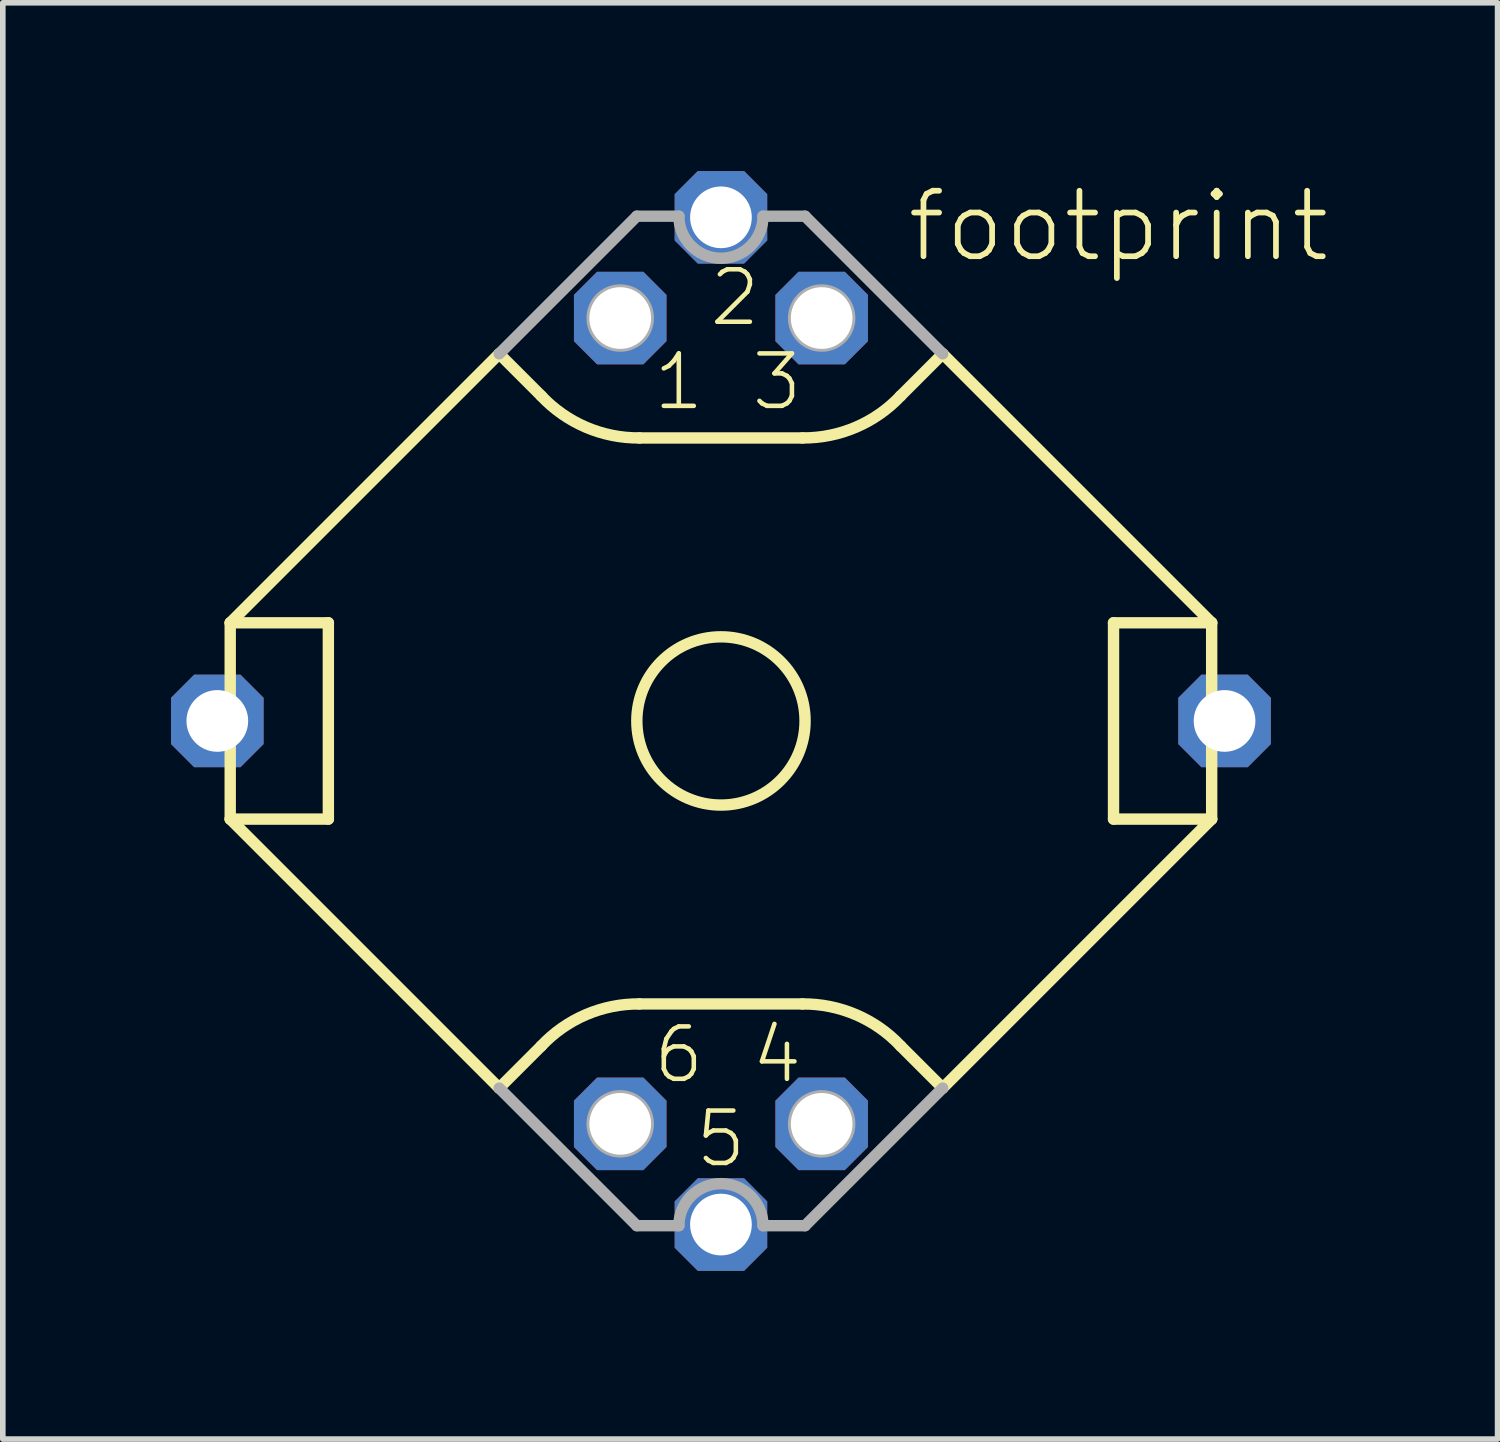
<source format=kicad_pcb>
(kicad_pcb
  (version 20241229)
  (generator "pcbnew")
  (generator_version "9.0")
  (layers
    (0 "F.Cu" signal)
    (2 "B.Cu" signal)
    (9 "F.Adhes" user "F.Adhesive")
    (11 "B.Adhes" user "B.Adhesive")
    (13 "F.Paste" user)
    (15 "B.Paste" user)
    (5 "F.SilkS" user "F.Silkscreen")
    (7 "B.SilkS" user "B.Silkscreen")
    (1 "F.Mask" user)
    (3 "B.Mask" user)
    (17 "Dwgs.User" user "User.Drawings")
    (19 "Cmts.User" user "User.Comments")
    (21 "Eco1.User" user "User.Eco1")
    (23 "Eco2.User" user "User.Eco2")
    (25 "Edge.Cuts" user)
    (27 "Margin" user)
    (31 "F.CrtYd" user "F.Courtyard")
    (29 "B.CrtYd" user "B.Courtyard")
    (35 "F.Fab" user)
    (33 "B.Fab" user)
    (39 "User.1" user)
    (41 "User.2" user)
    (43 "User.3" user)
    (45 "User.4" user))
  (footprint "footprint"
    (layer "F.Cu")
    (at 9.805 9.805)
    (property "Reference" "footprint" (at 3.266 -8.138 0) (layer "F.SilkS") (effects (font (size 1.168 1.168) (thickness 0.102)) (justify left bottom)))
    (fp_line (start -8.75 -1.75) (end -8.75 1.75) (stroke (width 0.203) (type solid)) (layer "F.SilkS"))
    (fp_line (start -8.75 -1.75) (end -7 -1.75) (stroke (width 0.203) (type solid)) (layer "F.SilkS"))
    (fp_line (start -8.75 -1.75) (end -3.954 -6.546) (stroke (width 0.203) (type solid)) (layer "F.SilkS"))
    (fp_line (start -8.75 1.75) (end -3.954 6.546) (stroke (width 0.203) (type solid)) (layer "F.SilkS"))
    (fp_line (start -7 -1.75) (end -7 1.75) (stroke (width 0.203) (type solid)) (layer "F.SilkS"))
    (fp_line (start -7 1.75) (end -8.75 1.75) (stroke (width 0.203) (type solid)) (layer "F.SilkS"))
    (fp_line (start -3.204 -5.796) (end -3.954 -6.546) (stroke (width 0.203) (type solid)) (layer "F.SilkS"))
    (fp_line (start -3.204 5.796) (end -3.954 6.546) (stroke (width 0.203) (type solid)) (layer "F.SilkS"))
    (fp_line (start -1.454 -5.046) (end 1.454 -5.046) (stroke (width 0.203) (type solid)) (layer "F.SilkS"))
    (fp_line (start 1.454 5.046) (end -1.454 5.046) (stroke (width 0.203) (type solid)) (layer "F.SilkS"))
    (fp_line (start 3.204 -5.796) (end 3.954 -6.546) (stroke (width 0.203) (type solid)) (layer "F.SilkS"))
    (fp_line (start 3.204 5.796) (end 3.954 6.546) (stroke (width 0.203) (type solid)) (layer "F.SilkS"))
    (fp_line (start 7 -1.75) (end 8.75 -1.75) (stroke (width 0.203) (type solid)) (layer "F.SilkS"))
    (fp_line (start 7 1.75) (end 7 -1.75) (stroke (width 0.203) (type solid)) (layer "F.SilkS"))
    (fp_line (start 8.75 -1.75) (end 3.954 -6.546) (stroke (width 0.203) (type solid)) (layer "F.SilkS"))
    (fp_line (start 8.75 1.75) (end 3.954 6.546) (stroke (width 0.203) (type solid)) (layer "F.SilkS"))
    (fp_line (start 8.75 1.75) (end 7 1.75) (stroke (width 0.203) (type solid)) (layer "F.SilkS"))
    (fp_line (start 8.75 1.75) (end 8.75 -1.75) (stroke (width 0.203) (type solid)) (layer "F.SilkS"))
    (fp_arc (start -3.204 5.796) (mid -2.407405 5.237903) (end -1.453901 5.045899) (stroke (width 0.2032) (type solid)) (layer "F.SilkS"))
    (fp_arc (start -1.454001 -5.046) (mid -2.407496 -5.237949) (end -3.2041 -5.796) (stroke (width 0.2032) (type solid)) (layer "F.SilkS"))
    (fp_arc (start 1.454 5.046) (mid 2.407496 5.237949) (end 3.204099 5.796) (stroke (width 0.2032) (type solid)) (layer "F.SilkS"))
    (fp_arc (start 3.204 -5.7961) (mid 2.407454 -5.238015) (end 1.454 -5.046) (stroke (width 0.2032) (type solid)) (layer "F.SilkS"))
    (fp_circle (center 0 0) (end 1.5 0) (stroke (width 0.203) (type solid)) (fill no) (layer "F.SilkS"))
    (fp_line (start -3.954 -6.546) (end -1.5 -9) (stroke (width 0.203) (type solid)) (layer "F.Fab"))
    (fp_line (start -3.954 6.546) (end -1.5 9) (stroke (width 0.203) (type solid)) (layer "F.Fab"))
    (fp_line (start -1.5 -9) (end -0.75 -9) (stroke (width 0.203) (type solid)) (layer "F.Fab"))
    (fp_line (start -1.5 9) (end -0.75 9) (stroke (width 0.203) (type solid)) (layer "F.Fab"))
    (fp_line (start 1.5 -9) (end 0.75 -9) (stroke (width 0.203) (type solid)) (layer "F.Fab"))
    (fp_line (start 1.5 9) (end 0.75 9) (stroke (width 0.203) (type solid)) (layer "F.Fab"))
    (fp_line (start 3.954 -6.546) (end 1.5 -9) (stroke (width 0.203) (type solid)) (layer "F.Fab"))
    (fp_line (start 3.954 6.546) (end 1.5 9) (stroke (width 0.203) (type solid)) (layer "F.Fab"))
    (fp_arc (start -0.75 9) (mid 0 8.25) (end 0.75 9) (stroke (width 0.2032) (type solid)) (layer "F.Fab"))
    (fp_arc (start 0.75 -9) (mid 0 -8.25) (end -0.75 -9) (stroke (width 0.2032) (type solid)) (layer "F.Fab"))
    (fp_circle (center -1.796 -7.184) (end -1.296 -7.184) (stroke (width 0.203) (type solid)) (fill no) (layer "F.Fab"))
    (fp_circle (center -1.796 7.184) (end -1.296 7.184) (stroke (width 0.203) (type solid)) (fill no) (layer "F.Fab"))
    (fp_circle (center 1.796 -7.184) (end 2.296 -7.184) (stroke (width 0.203) (type solid)) (fill no) (layer "F.Fab"))
    (fp_circle (center 1.796 7.184) (end 2.296 7.184) (stroke (width 0.203) (type solid)) (fill no) (layer "F.Fab"))
    (fp_text user "2" (at -0.25 -7 0) (layer "F.SilkS") (effects (font (size 0.935 0.935) (thickness 0.081)) (justify left bottom)))
    (fp_text user "4" (at 0.5 6.5 0) (layer "F.SilkS") (effects (font (size 0.935 0.935) (thickness 0.081)) (justify left bottom)))
    (fp_text user "6" (at -1.25 6.5 0) (layer "F.SilkS") (effects (font (size 0.935 0.935) (thickness 0.081)) (justify left bottom)))
    (fp_text user "3" (at 0.5 -5.5 0) (layer "F.SilkS") (effects (font (size 0.935 0.935) (thickness 0.081)) (justify left bottom)))
    (fp_text user "1" (at -1.25 -5.5 0) (layer "F.SilkS") (effects (font (size 0.935 0.935) (thickness 0.081)) (justify left bottom)))
    (fp_text user "5" (at -0.5 8 0) (layer "F.SilkS") (effects (font (size 0.935 0.935) (thickness 0.081)) (justify left bottom)))
    (pad "1" thru_hole roundrect (at -1.796 -7.184) (size 1.65 1.65) (drill 1.1) (layers "*.Cu" "*.Mask") (roundrect_rratio 0.25) (chamfer_ratio 0.25) (chamfer top_left top_right bottom_left bottom_right))
    (pad "2" thru_hole roundrect (at 0 -8.98) (size 1.65 1.65) (drill 1.1) (layers "*.Cu" "*.Mask") (roundrect_rratio 0.25) (chamfer_ratio 0.25) (chamfer top_left top_right bottom_left bottom_right))
    (pad "3" thru_hole roundrect (at 1.796 -7.184) (size 1.65 1.65) (drill 1.1) (layers "*.Cu" "*.Mask") (roundrect_rratio 0.25) (chamfer_ratio 0.25) (chamfer top_left top_right bottom_left bottom_right))
    (pad "4" thru_hole roundrect (at 1.796 7.184) (size 1.65 1.65) (drill 1.1) (layers "*.Cu" "*.Mask") (roundrect_rratio 0.25) (chamfer_ratio 0.25) (chamfer top_left top_right bottom_left bottom_right))
    (pad "5" thru_hole roundrect (at 0 8.98) (size 1.65 1.65) (drill 1.1) (layers "*.Cu" "*.Mask") (roundrect_rratio 0.25) (chamfer_ratio 0.25) (chamfer top_left top_right bottom_left bottom_right))
    (pad "6" thru_hole roundrect (at -1.796 7.184) (size 1.65 1.65) (drill 1.1) (layers "*.Cu" "*.Mask") (roundrect_rratio 0.25) (chamfer_ratio 0.25) (chamfer top_left top_right bottom_left bottom_right))
    (pad "M1" thru_hole roundrect (at -8.98 0) (size 1.65 1.65) (drill 1.1) (layers "*.Cu" "*.Mask") (roundrect_rratio 0.25) (chamfer_ratio 0.25) (chamfer top_left top_right bottom_left bottom_right))
    (pad "M2" thru_hole roundrect (at 8.98 0) (size 1.65 1.65) (drill 1.1) (layers "*.Cu" "*.Mask") (roundrect_rratio 0.25) (chamfer_ratio 0.25) (chamfer top_left top_right bottom_left bottom_right)))
  (gr_rect
    (start -3 -3)
    (end 23.653 22.61)
    (stroke (width 0.1) (type default))
    (fill no)
    (layer "Edge.Cuts")))
</source>
